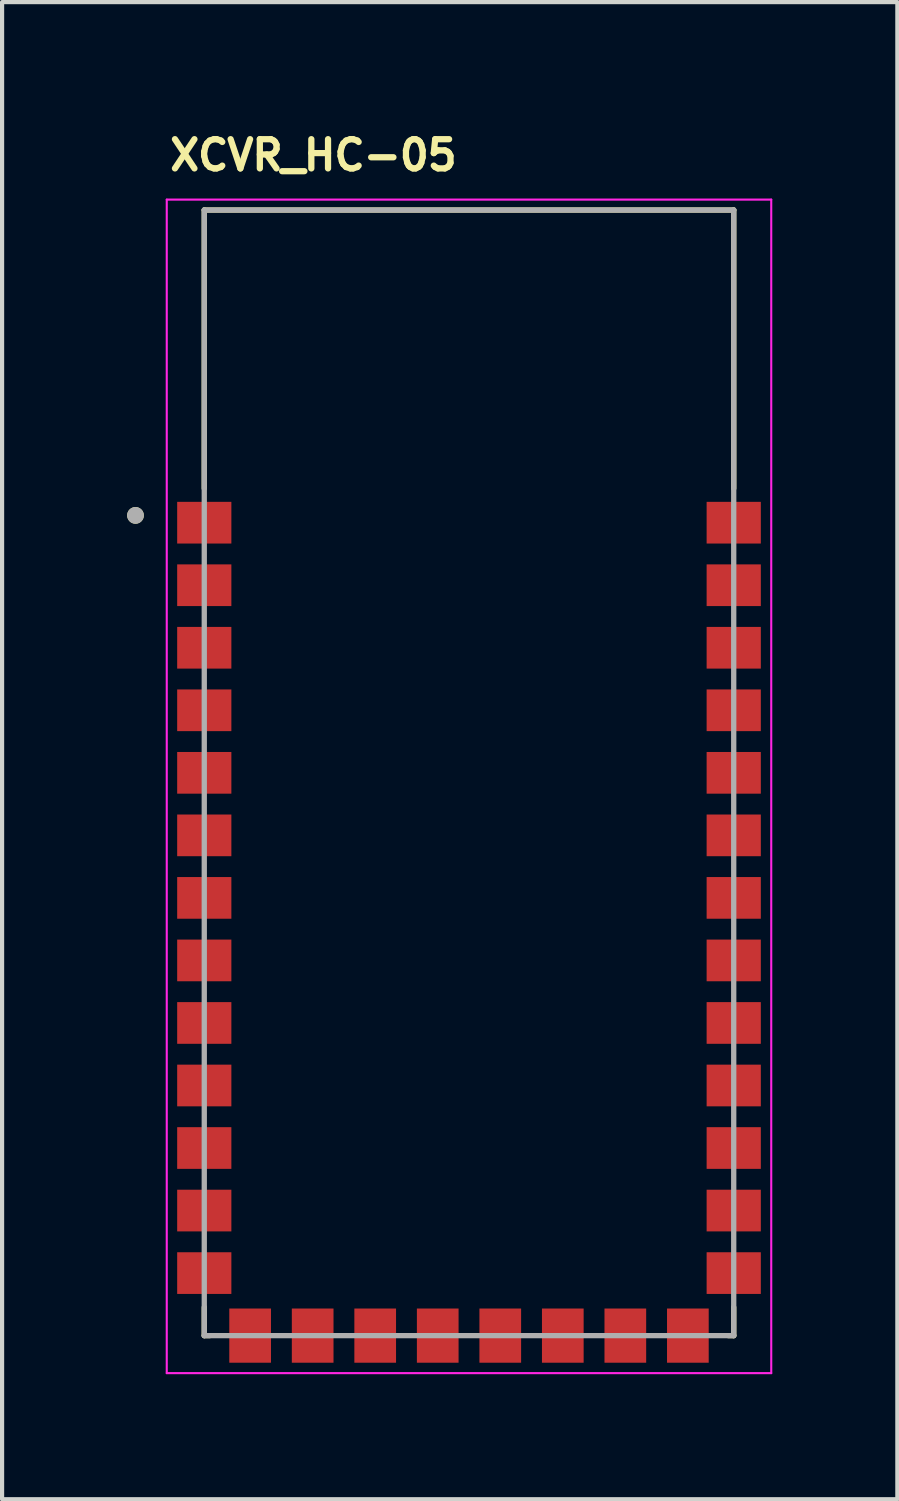
<source format=kicad_pcb>
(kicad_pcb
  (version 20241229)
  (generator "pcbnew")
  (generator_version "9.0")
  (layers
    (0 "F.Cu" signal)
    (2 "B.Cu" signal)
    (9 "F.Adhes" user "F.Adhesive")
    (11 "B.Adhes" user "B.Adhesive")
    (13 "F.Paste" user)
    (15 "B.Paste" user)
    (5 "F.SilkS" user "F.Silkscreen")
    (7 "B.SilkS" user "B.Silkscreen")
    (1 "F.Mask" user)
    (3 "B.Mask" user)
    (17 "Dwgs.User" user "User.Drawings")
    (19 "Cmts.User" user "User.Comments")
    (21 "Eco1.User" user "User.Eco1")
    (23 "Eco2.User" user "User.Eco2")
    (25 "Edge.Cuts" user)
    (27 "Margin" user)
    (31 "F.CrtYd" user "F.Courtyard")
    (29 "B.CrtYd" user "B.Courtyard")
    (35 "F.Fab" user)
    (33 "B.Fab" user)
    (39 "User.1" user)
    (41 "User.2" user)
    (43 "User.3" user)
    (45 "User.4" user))
  (footprint "XCVR_HC-05"
    (layer "F.Cu")
    (at 8.2 15.813)
    (property "Reference" "XCVR_HC-05" (at -3.732 -15.14 0) (layer "F.SilkS") (effects (font (size 0.701 0.701) (thickness 0.15))))
    (attr smd)
    (fp_line (start -6.35 -13.825) (end 6.35 -13.825) (stroke (width 0.127) (type solid)) (layer "F.SilkS"))
    (fp_line (start -6.35 -7.145) (end -6.35 -13.825) (stroke (width 0.127) (type solid)) (layer "F.SilkS"))
    (fp_line (start -6.35 12.495) (end -6.35 13.175) (stroke (width 0.127) (type solid)) (layer "F.SilkS"))
    (fp_line (start -6.35 13.175) (end -6.22 13.175) (stroke (width 0.127) (type solid)) (layer "F.SilkS"))
    (fp_line (start 6.22 13.175) (end 6.35 13.175) (stroke (width 0.127) (type solid)) (layer "F.SilkS"))
    (fp_line (start 6.35 -13.825) (end 6.35 -7.145) (stroke (width 0.127) (type solid)) (layer "F.SilkS"))
    (fp_line (start 6.35 13.175) (end 6.35 12.495) (stroke (width 0.127) (type solid)) (layer "F.SilkS"))
    (fp_circle (center -8 -6.5) (end -7.9 -6.5) (stroke (width 0.2) (type solid)) (fill no) (layer "F.SilkS"))
    (fp_line (start -7.25 -14.075) (end 7.25 -14.075) (stroke (width 0.05) (type solid)) (layer "F.CrtYd"))
    (fp_line (start -7.25 14.075) (end -7.25 -14.075) (stroke (width 0.05) (type solid)) (layer "F.CrtYd"))
    (fp_line (start 7.25 -14.075) (end 7.25 14.075) (stroke (width 0.05) (type solid)) (layer "F.CrtYd"))
    (fp_line (start 7.25 14.075) (end -7.25 14.075) (stroke (width 0.05) (type solid)) (layer "F.CrtYd"))
    (fp_line (start -6.35 -13.825) (end 6.35 -13.825) (stroke (width 0.127) (type solid)) (layer "F.Fab"))
    (fp_line (start -6.35 13.175) (end -6.35 -13.825) (stroke (width 0.127) (type solid)) (layer "F.Fab"))
    (fp_line (start 6.35 -13.825) (end 6.35 13.175) (stroke (width 0.127) (type solid)) (layer "F.Fab"))
    (fp_line (start 6.35 13.175) (end -6.35 13.175) (stroke (width 0.127) (type solid)) (layer "F.Fab"))
    (fp_circle (center -8 -6.5) (end -7.9 -6.5) (stroke (width 0.2) (type solid)) (fill no) (layer "F.Fab"))
    (pad "1" smd rect (at -6.35 -6.325) (size 1.3 1) (layers "F.Cu" "F.Mask" "F.Paste"))
    (pad "2" smd rect (at -6.35 -4.825) (size 1.3 1) (layers "F.Cu" "F.Mask" "F.Paste"))
    (pad "3" smd rect (at -6.35 -3.325) (size 1.3 1) (layers "F.Cu" "F.Mask" "F.Paste"))
    (pad "4" smd rect (at -6.35 -1.825) (size 1.3 1) (layers "F.Cu" "F.Mask" "F.Paste"))
    (pad "5" smd rect (at -6.35 -0.325) (size 1.3 1) (layers "F.Cu" "F.Mask" "F.Paste"))
    (pad "6" smd rect (at -6.35 1.175) (size 1.3 1) (layers "F.Cu" "F.Mask" "F.Paste"))
    (pad "7" smd rect (at -6.35 2.675) (size 1.3 1) (layers "F.Cu" "F.Mask" "F.Paste"))
    (pad "8" smd rect (at -6.35 4.175) (size 1.3 1) (layers "F.Cu" "F.Mask" "F.Paste"))
    (pad "9" smd rect (at -6.35 5.675) (size 1.3 1) (layers "F.Cu" "F.Mask" "F.Paste"))
    (pad "10" smd rect (at -6.35 7.175) (size 1.3 1) (layers "F.Cu" "F.Mask" "F.Paste"))
    (pad "11" smd rect (at -6.35 8.675) (size 1.3 1) (layers "F.Cu" "F.Mask" "F.Paste"))
    (pad "12" smd rect (at -6.35 10.175) (size 1.3 1) (layers "F.Cu" "F.Mask" "F.Paste"))
    (pad "13" smd rect (at -6.35 11.675) (size 1.3 1) (layers "F.Cu" "F.Mask" "F.Paste"))
    (pad "14" smd rect (at -5.25 13.175 90) (size 1.3 1) (layers "F.Cu" "F.Mask" "F.Paste"))
    (pad "15" smd rect (at -3.75 13.175 90) (size 1.3 1) (layers "F.Cu" "F.Mask" "F.Paste"))
    (pad "16" smd rect (at -2.25 13.175 90) (size 1.3 1) (layers "F.Cu" "F.Mask" "F.Paste"))
    (pad "17" smd rect (at -0.75 13.175 90) (size 1.3 1) (layers "F.Cu" "F.Mask" "F.Paste"))
    (pad "18" smd rect (at 0.75 13.175 90) (size 1.3 1) (layers "F.Cu" "F.Mask" "F.Paste"))
    (pad "19" smd rect (at 2.25 13.175 90) (size 1.3 1) (layers "F.Cu" "F.Mask" "F.Paste"))
    (pad "20" smd rect (at 3.75 13.175 90) (size 1.3 1) (layers "F.Cu" "F.Mask" "F.Paste"))
    (pad "21" smd rect (at 5.25 13.175 90) (size 1.3 1) (layers "F.Cu" "F.Mask" "F.Paste"))
    (pad "22" smd rect (at 6.35 11.675 180) (size 1.3 1) (layers "F.Cu" "F.Mask" "F.Paste"))
    (pad "23" smd rect (at 6.35 10.175 180) (size 1.3 1) (layers "F.Cu" "F.Mask" "F.Paste"))
    (pad "24" smd rect (at 6.35 8.675 180) (size 1.3 1) (layers "F.Cu" "F.Mask" "F.Paste"))
    (pad "25" smd rect (at 6.35 7.175 180) (size 1.3 1) (layers "F.Cu" "F.Mask" "F.Paste"))
    (pad "26" smd rect (at 6.35 5.675 180) (size 1.3 1) (layers "F.Cu" "F.Mask" "F.Paste"))
    (pad "27" smd rect (at 6.35 4.175 180) (size 1.3 1) (layers "F.Cu" "F.Mask" "F.Paste"))
    (pad "28" smd rect (at 6.35 2.675 180) (size 1.3 1) (layers "F.Cu" "F.Mask" "F.Paste"))
    (pad "29" smd rect (at 6.35 1.175 180) (size 1.3 1) (layers "F.Cu" "F.Mask" "F.Paste"))
    (pad "30" smd rect (at 6.35 -0.325 180) (size 1.3 1) (layers "F.Cu" "F.Mask" "F.Paste"))
    (pad "31" smd rect (at 6.35 -1.825 180) (size 1.3 1) (layers "F.Cu" "F.Mask" "F.Paste"))
    (pad "32" smd rect (at 6.35 -3.325 180) (size 1.3 1) (layers "F.Cu" "F.Mask" "F.Paste"))
    (pad "33" smd rect (at 6.35 -4.825 180) (size 1.3 1) (layers "F.Cu" "F.Mask" "F.Paste"))
    (pad "34" smd rect (at 6.35 -6.325 180) (size 1.3 1) (layers "F.Cu" "F.Mask" "F.Paste"))
    (zone (net_name "") (layer "F.Cu") (hatch full 0.508) (connect_pads) (min_thickness 0.01) (filled_areas_thickness no) (keepout (tracks not_allowed) (vias not_allowed) (pads not_allowed) (copperpour not_allowed) (footprints allowed)) (placement (enabled no)) (fill) (polygon (pts (xy 1.85 1.963) (xy 14.55 1.963) (xy 14.55 8.863) (xy 1.85 8.863))))
    (zone (net_name "") (layers "F.Cu" "B.Cu") (hatch full 0.508) (connect_pads) (min_thickness 0.01) (filled_areas_thickness no) (keepout (tracks allowed) (vias not_allowed) (pads allowed) (copperpour allowed) (footprints allowed)) (placement (enabled no)) (fill) (polygon (pts (xy 1.85 1.963) (xy 14.55 1.963) (xy 14.55 8.863) (xy 1.85 8.863))))
    (zone (net_name "") (layer "B.Cu") (hatch full 0.508) (connect_pads) (min_thickness 0.01) (filled_areas_thickness no) (keepout (tracks not_allowed) (vias not_allowed) (pads not_allowed) (copperpour not_allowed) (footprints allowed)) (placement (enabled no)) (fill) (polygon (pts (xy 1.85 1.963) (xy 14.55 1.963) (xy 14.55 8.863) (xy 1.85 8.863)))))
  (gr_rect
    (start -3 -3)
    (end 18.475 32.913)
    (stroke (width 0.1) (type default))
    (fill no)
    (layer "Edge.Cuts")))
</source>
